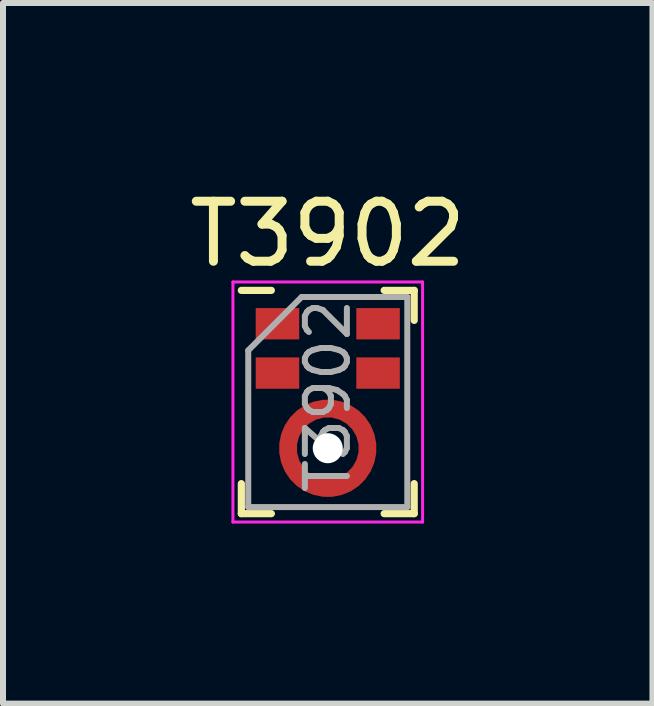
<source format=kicad_pcb>
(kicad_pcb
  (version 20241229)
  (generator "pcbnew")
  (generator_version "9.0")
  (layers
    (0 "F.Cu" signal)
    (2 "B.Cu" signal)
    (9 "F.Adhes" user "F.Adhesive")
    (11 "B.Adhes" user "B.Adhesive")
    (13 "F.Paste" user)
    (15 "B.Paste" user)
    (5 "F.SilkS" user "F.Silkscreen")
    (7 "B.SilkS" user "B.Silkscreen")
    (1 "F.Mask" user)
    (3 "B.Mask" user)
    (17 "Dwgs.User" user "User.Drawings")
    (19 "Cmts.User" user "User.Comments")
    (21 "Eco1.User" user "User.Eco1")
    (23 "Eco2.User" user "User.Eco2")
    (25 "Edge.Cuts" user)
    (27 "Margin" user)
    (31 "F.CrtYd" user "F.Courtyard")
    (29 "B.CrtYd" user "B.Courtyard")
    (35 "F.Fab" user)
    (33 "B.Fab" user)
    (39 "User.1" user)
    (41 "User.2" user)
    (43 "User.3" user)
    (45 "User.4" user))
  (footprint "T3902"
    (layer "F.Cu")
    (at 2.411 3.648)
    (property "Reference" "T3902" (at 0 -2.8 0) (layer "F.SilkS") (effects (font (size 1 1) (thickness 0.15))))
    (attr smd)
    (fp_line (start -1.44 1.36) (end -1.44 1.86) (stroke (width 0.12) (type solid)) (layer "F.SilkS"))
    (fp_line (start -0.94 -1.86) (end -1.44 -1.86) (stroke (width 0.12) (type solid)) (layer "F.SilkS"))
    (fp_line (start -0.94 1.86) (end -1.44 1.86) (stroke (width 0.12) (type solid)) (layer "F.SilkS"))
    (fp_line (start 1.44 -1.86) (end 0.94 -1.86) (stroke (width 0.12) (type solid)) (layer "F.SilkS"))
    (fp_line (start 1.44 -1.86) (end 1.44 -1.36) (stroke (width 0.12) (type solid)) (layer "F.SilkS"))
    (fp_line (start 1.44 1.36) (end 1.44 1.86) (stroke (width 0.12) (type solid)) (layer "F.SilkS"))
    (fp_line (start 1.44 1.86) (end 0.94 1.86) (stroke (width 0.12) (type solid)) (layer "F.SilkS"))
    (fp_arc (start -0.6 0.49) (mid -0.464769 0.298418) (end -0.271239 0.165989) (stroke (width 0.3) (type solid)) (layer "F.Paste"))
    (fp_arc (start -0.28 1.37) (mid -0.471582 1.234769) (end -0.604011 1.041239) (stroke (width 0.3) (type solid)) (layer "F.Paste"))
    (fp_arc (start 0.28 0.17) (mid 0.471401 0.305047) (end 0.603799 0.49829) (stroke (width 0.3) (type solid)) (layer "F.Paste"))
    (fp_arc (start 0.6 1.05) (mid 0.464769 1.241582) (end 0.271239 1.374011) (stroke (width 0.3) (type solid)) (layer "F.Paste"))
    (fp_line (start -1.58 -2) (end 1.58 -2) (stroke (width 0.05) (type solid)) (layer "F.CrtYd"))
    (fp_line (start -1.58 2) (end -1.58 -2) (stroke (width 0.05) (type solid)) (layer "F.CrtYd"))
    (fp_line (start 1.58 -2) (end 1.58 2) (stroke (width 0.05) (type solid)) (layer "F.CrtYd"))
    (fp_line (start 1.58 2) (end -1.58 2) (stroke (width 0.05) (type solid)) (layer "F.CrtYd"))
    (fp_line (start -1.325 1.75) (end -1.325 -0.86) (stroke (width 0.1) (type solid)) (layer "F.Fab"))
    (fp_line (start -0.435 -1.75) (end -1.325 -0.86) (stroke (width 0.1) (type solid)) (layer "F.Fab"))
    (fp_line (start 1.325 -1.75) (end -0.435 -1.75) (stroke (width 0.1) (type solid)) (layer "F.Fab"))
    (fp_line (start 1.325 -1.75) (end 1.325 1.75) (stroke (width 0.1) (type solid)) (layer "F.Fab"))
    (fp_line (start 1.325 1.75) (end -1.325 1.75) (stroke (width 0.1) (type solid)) (layer "F.Fab"))
    (fp_text user "${REFERENCE}" (at 0 -0.1 90) (layer "F.Fab") (effects (font (size 0.7 0.7) (thickness 0.1))))
    (pad "" np_thru_hole circle (at 0 0.77) (size 0.5 0.5) (drill 0.5) (layers "*.Cu" "*.Mask"))
    (pad "1" smd rect (at -0.838 -1.304) (size 0.725 0.522) (layers "F.Cu" "F.Mask" "F.Paste"))
    (pad "2" smd rect (at -0.838 -0.482) (size 0.725 0.522) (layers "F.Cu" "F.Mask" "F.Paste"))
    (pad "3" smd custom (at 0 1.433) (size 0.3 0.3) (layers "F.Cu" "F.Mask") (options (anchor circle)) (primitives (gr_circle (center 0 -0.662) (end 0.662 -0.662) (width 0.3) (fill no))))
    (pad "4" smd rect (at 0.838 -0.482) (size 0.725 0.522) (layers "F.Cu" "F.Mask" "F.Paste"))
    (pad "5" smd rect (at 0.838 -1.304) (size 0.725 0.522) (layers "F.Cu" "F.Mask" "F.Paste")))
  (gr_rect
    (start -3 -3)
    (end 7.821 8.673)
    (stroke (width 0.1) (type default))
    (fill no)
    (layer "Edge.Cuts")))
</source>
